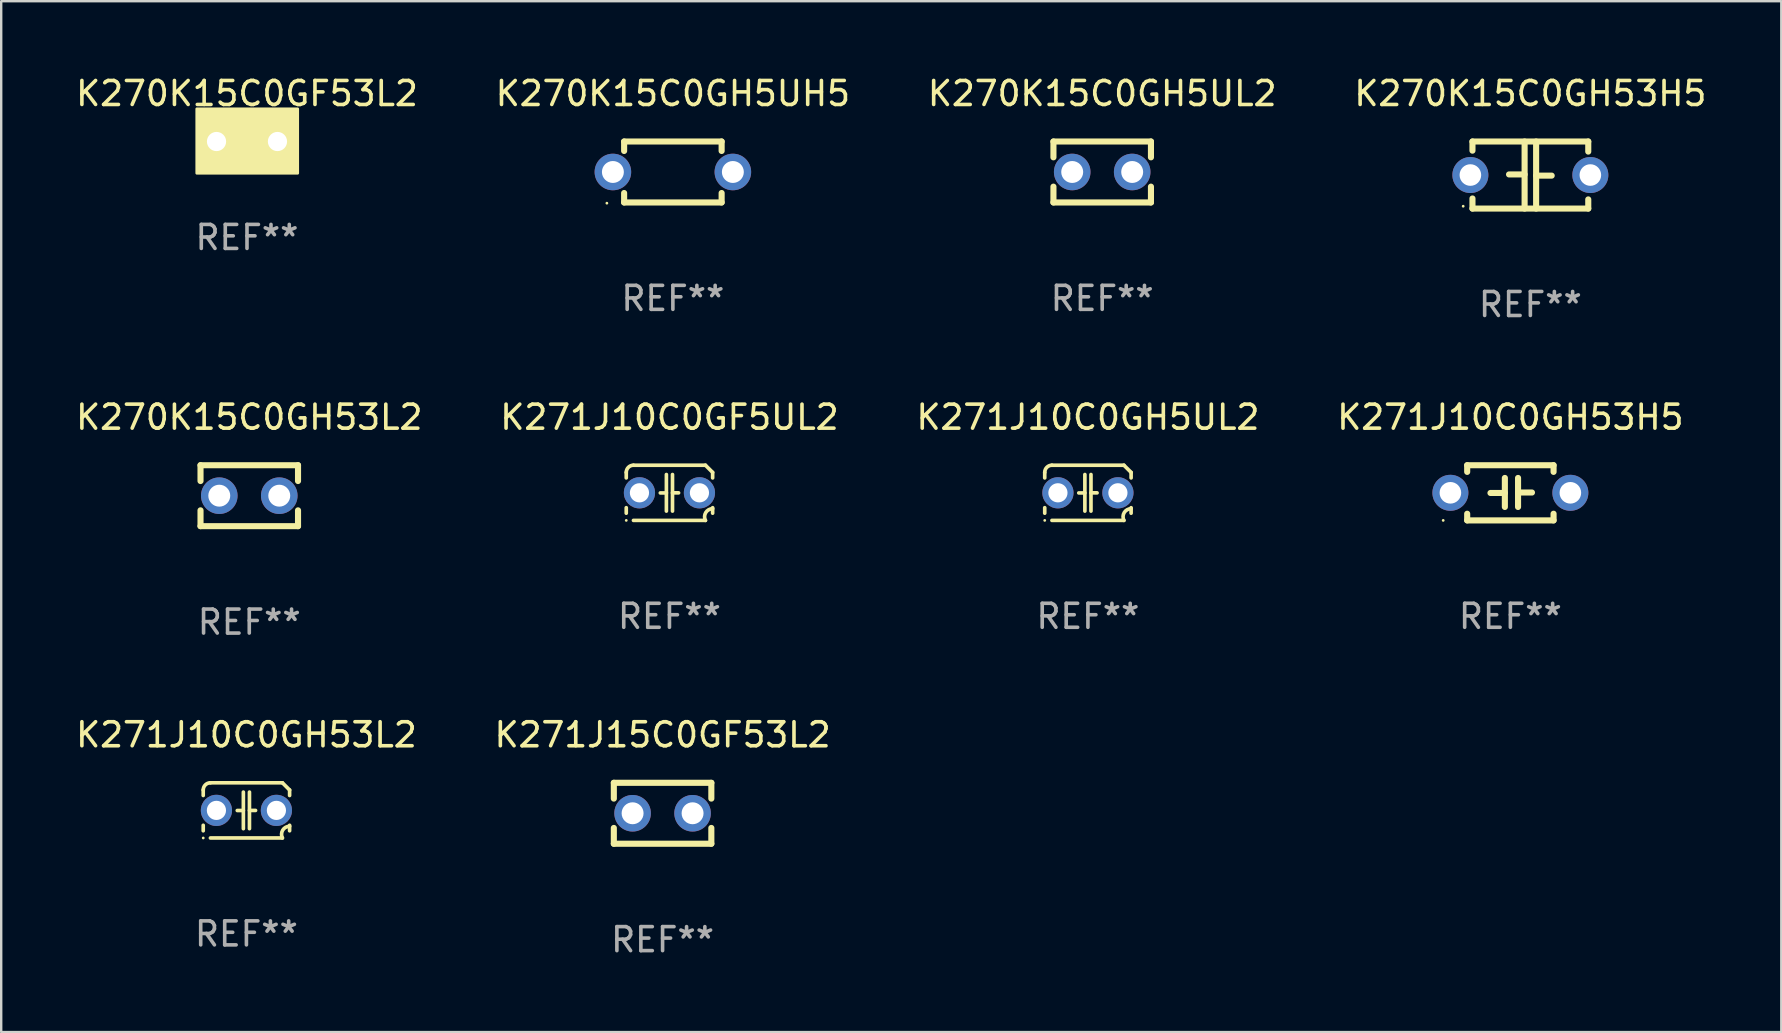
<source format=kicad_pcb>
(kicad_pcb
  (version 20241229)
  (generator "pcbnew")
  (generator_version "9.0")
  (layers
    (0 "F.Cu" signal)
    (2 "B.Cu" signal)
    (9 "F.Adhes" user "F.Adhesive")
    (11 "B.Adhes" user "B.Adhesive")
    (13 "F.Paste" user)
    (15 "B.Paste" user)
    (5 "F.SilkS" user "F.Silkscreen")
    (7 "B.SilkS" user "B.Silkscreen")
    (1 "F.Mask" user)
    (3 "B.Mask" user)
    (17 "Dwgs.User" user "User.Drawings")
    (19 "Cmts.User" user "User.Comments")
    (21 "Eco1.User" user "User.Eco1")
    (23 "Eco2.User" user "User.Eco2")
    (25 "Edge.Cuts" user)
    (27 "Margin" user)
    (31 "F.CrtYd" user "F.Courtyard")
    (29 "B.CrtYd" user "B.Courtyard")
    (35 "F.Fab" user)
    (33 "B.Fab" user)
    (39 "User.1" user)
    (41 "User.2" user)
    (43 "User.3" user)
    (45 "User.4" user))
  (footprint "K270K15C0GH53H5"
    (layer "F.Cu")
    (at 60.732 4.245)
    (property "Reference" "K270K15C0GH53H5" (at 0 -3.397 0) (layer "F.SilkS") (effects (font (size 1 1) (thickness 0.15))))
    (attr through_hole)
    (fp_line (start -2.413 -1.397) (end 2.413 -1.397) (stroke (width 0.254) (type solid)) (layer "F.SilkS"))
    (fp_line (start -2.413 -1.016) (end -2.413 -1.397) (stroke (width 0.254) (type solid)) (layer "F.SilkS"))
    (fp_line (start -2.413 0.977) (end -2.413 1.397) (stroke (width 0.254) (type solid)) (layer "F.SilkS"))
    (fp_line (start -0.24 -0.025) (end -0.889 -0.025) (stroke (width 0.254) (type solid)) (layer "F.SilkS"))
    (fp_line (start -0.24 1.397) (end -0.24 -1.397) (stroke (width 0.254) (type solid)) (layer "F.SilkS"))
    (fp_line (start 0.24 -1.397) (end 0.24 1.397) (stroke (width 0.254) (type solid)) (layer "F.SilkS"))
    (fp_line (start 0.24 0.025) (end 0.889 0.025) (stroke (width 0.254) (type solid)) (layer "F.SilkS"))
    (fp_line (start 2.413 -0.977) (end 2.413 -1.397) (stroke (width 0.254) (type solid)) (layer "F.SilkS"))
    (fp_line (start 2.413 1.016) (end 2.413 1.397) (stroke (width 0.254) (type solid)) (layer "F.SilkS"))
    (fp_line (start 2.413 1.397) (end -2.413 1.397) (stroke (width 0.254) (type solid)) (layer "F.SilkS"))
    (fp_circle (center -2.8 1.3) (end -2.77 1.3) (stroke (width 0.06) (type solid)) (fill no) (layer "F.SilkS"))
    (fp_text user "REF**" (at 0 5.397 0) (layer "F.Fab") (effects (font (size 1 1) (thickness 0.15))))
    (pad "1" thru_hole circle (at -2.5 0) (size 1.5 1.5) (drill 0.9) (layers "*.Cu" "*.Mask"))
    (pad "2" thru_hole circle (at 2.5 0) (size 1.5 1.5) (drill 0.9) (layers "*.Cu" "*.Mask")))
  (footprint "K271J10C0GH53L2"
    (layer "F.Cu")
    (at 7.22 30.725)
    (property "Reference" "K271J10C0GH53L2" (at 0 -3.15 0) (layer "F.SilkS") (effects (font (size 1 1) (thickness 0.15))))
    (attr through_hole)
    (fp_line (start -1.8 -0.621) (end -1.8 -0.85) (stroke (width 0.152) (type solid)) (layer "F.SilkS"))
    (fp_line (start -1.8 0.85) (end -1.8 0.621) (stroke (width 0.152) (type solid)) (layer "F.SilkS"))
    (fp_line (start -1.5 -1.15) (end 1.5 -1.15) (stroke (width 0.152) (type solid)) (layer "F.SilkS"))
    (fp_line (start -0.127 -0.762) (end -0.127 0.762) (stroke (width 0.152) (type solid)) (layer "F.SilkS"))
    (fp_line (start -0.127 0.005) (end -0.381 0.005) (stroke (width 0.152) (type solid)) (layer "F.SilkS"))
    (fp_line (start 0.127 -0.762) (end 0.127 0.762) (stroke (width 0.152) (type solid)) (layer "F.SilkS"))
    (fp_line (start 0.127 0.002) (end 0.381 0.002) (stroke (width 0.152) (type solid)) (layer "F.SilkS"))
    (fp_line (start 1.5 1.15) (end -1.5 1.15) (stroke (width 0.152) (type solid)) (layer "F.SilkS"))
    (fp_line (start 1.8 -0.85) (end 1.8 -0.621) (stroke (width 0.152) (type solid)) (layer "F.SilkS"))
    (fp_line (start 1.8 0.621) (end 1.8 0.85) (stroke (width 0.152) (type solid)) (layer "F.SilkS"))
    (fp_arc (start -1.799975 -0.849987) (mid -1.712107 -1.062119) (end -1.499975 -1.149987) (stroke (width 0.151994) (type solid)) (layer "F.SilkS"))
    (fp_arc (start 1.499975 1.149987) (mid 1.513726 0.822359) (end 1.799975 0.662387) (stroke (width 0.151994) (type solid)) (layer "F.SilkS"))
    (fp_arc (start 1.500001 -1.149986) (mid 1.650015 -1.000001) (end 1.8 -0.849987) (stroke (width 0.151994) (type solid)) (layer "F.SilkS"))
    (fp_circle (center -1.8 1.15) (end -1.77 1.15) (stroke (width 0.06) (type solid)) (fill no) (layer "F.SilkS"))
    (fp_text user "REF**" (at 0 5.15 0) (layer "F.Fab") (effects (font (size 1 1) (thickness 0.15))))
    (pad "1" thru_hole circle (at -1.25 0) (size 1.3 1.3) (drill 0.8) (layers "*.Cu" "*.Mask"))
    (pad "2" thru_hole circle (at 1.25 0) (size 1.3 1.3) (drill 0.8) (layers "*.Cu" "*.Mask")))
  (footprint "K271J15C0GF53L2"
    (layer "F.Cu")
    (at 24.565 30.845)
    (property "Reference" "K271J15C0GF53L2" (at 0 -3.27 0) (layer "F.SilkS") (effects (font (size 1 1) (thickness 0.15))))
    (attr through_hole)
    (fp_line (start -2.032 -1.27) (end -2.032 -0.611) (stroke (width 0.254) (type solid)) (layer "F.SilkS"))
    (fp_line (start -2.032 0.611) (end -2.032 1.27) (stroke (width 0.254) (type solid)) (layer "F.SilkS"))
    (fp_line (start -2.032 1.27) (end 2.032 1.27) (stroke (width 0.254) (type solid)) (layer "F.SilkS"))
    (fp_line (start 2.032 -1.27) (end -2.032 -1.27) (stroke (width 0.254) (type solid)) (layer "F.SilkS"))
    (fp_line (start 2.032 -0.611) (end 2.032 -1.27) (stroke (width 0.254) (type solid)) (layer "F.SilkS"))
    (fp_line (start 2.032 1.27) (end 2.032 0.611) (stroke (width 0.254) (type solid)) (layer "F.SilkS"))
    (fp_circle (center -2 1.3) (end -1.97 1.3) (stroke (width 0.06) (type solid)) (fill no) (layer "F.SilkS"))
    (fp_text user "REF**" (at 0 5.27 0) (layer "F.Fab") (effects (font (size 1 1) (thickness 0.15))))
    (pad "1" thru_hole circle (at -1.25 0) (size 1.524 1.524) (drill 0.914) (layers "*.Cu" "*.Mask"))
    (pad "2" thru_hole circle (at 1.25 0) (size 1.524 1.524) (drill 0.914) (layers "*.Cu" "*.Mask")))
  (footprint "K271J10C0GH5UL2"
    (layer "F.Cu")
    (at 42.292 17.489)
    (property "Reference" "K271J10C0GH5UL2" (at 0 -3.15 0) (layer "F.SilkS") (effects (font (size 1 1) (thickness 0.15))))
    (attr through_hole)
    (fp_line (start -1.8 -0.621) (end -1.8 -0.85) (stroke (width 0.152) (type solid)) (layer "F.SilkS"))
    (fp_line (start -1.8 0.85) (end -1.8 0.621) (stroke (width 0.152) (type solid)) (layer "F.SilkS"))
    (fp_line (start -1.5 -1.15) (end 1.5 -1.15) (stroke (width 0.152) (type solid)) (layer "F.SilkS"))
    (fp_line (start -0.127 -0.762) (end -0.127 0.762) (stroke (width 0.152) (type solid)) (layer "F.SilkS"))
    (fp_line (start -0.127 0.005) (end -0.381 0.005) (stroke (width 0.152) (type solid)) (layer "F.SilkS"))
    (fp_line (start 0.127 -0.762) (end 0.127 0.762) (stroke (width 0.152) (type solid)) (layer "F.SilkS"))
    (fp_line (start 0.127 0.002) (end 0.381 0.002) (stroke (width 0.152) (type solid)) (layer "F.SilkS"))
    (fp_line (start 1.5 1.15) (end -1.5 1.15) (stroke (width 0.152) (type solid)) (layer "F.SilkS"))
    (fp_line (start 1.8 -0.85) (end 1.8 -0.621) (stroke (width 0.152) (type solid)) (layer "F.SilkS"))
    (fp_line (start 1.8 0.621) (end 1.8 0.85) (stroke (width 0.152) (type solid)) (layer "F.SilkS"))
    (fp_arc (start -1.799975 -0.849987) (mid -1.712107 -1.062119) (end -1.499975 -1.149987) (stroke (width 0.151994) (type solid)) (layer "F.SilkS"))
    (fp_arc (start 1.499975 1.149987) (mid 1.513726 0.822359) (end 1.799975 0.662387) (stroke (width 0.151994) (type solid)) (layer "F.SilkS"))
    (fp_arc (start 1.500001 -1.149986) (mid 1.650015 -1.000001) (end 1.8 -0.849987) (stroke (width 0.151994) (type solid)) (layer "F.SilkS"))
    (fp_circle (center -1.8 1.15) (end -1.77 1.15) (stroke (width 0.06) (type solid)) (fill no) (layer "F.SilkS"))
    (fp_text user "REF**" (at 0 5.15 0) (layer "F.Fab") (effects (font (size 1 1) (thickness 0.15))))
    (pad "1" thru_hole circle (at -1.25 0) (size 1.3 1.3) (drill 0.8) (layers "*.Cu" "*.Mask"))
    (pad "2" thru_hole circle (at 1.25 0) (size 1.3 1.3) (drill 0.8) (layers "*.Cu" "*.Mask")))
  (footprint "K271J10C0GF5UL2"
    (layer "F.Cu")
    (at 24.851 17.489)
    (property "Reference" "K271J10C0GF5UL2" (at 0 -3.15 0) (layer "F.SilkS") (effects (font (size 1 1) (thickness 0.15))))
    (attr through_hole)
    (fp_line (start -1.8 -0.621) (end -1.8 -0.85) (stroke (width 0.152) (type solid)) (layer "F.SilkS"))
    (fp_line (start -1.8 0.85) (end -1.8 0.621) (stroke (width 0.152) (type solid)) (layer "F.SilkS"))
    (fp_line (start -1.5 -1.15) (end 1.5 -1.15) (stroke (width 0.152) (type solid)) (layer "F.SilkS"))
    (fp_line (start -0.127 -0.762) (end -0.127 0.762) (stroke (width 0.152) (type solid)) (layer "F.SilkS"))
    (fp_line (start -0.127 0.005) (end -0.381 0.005) (stroke (width 0.152) (type solid)) (layer "F.SilkS"))
    (fp_line (start 0.127 -0.762) (end 0.127 0.762) (stroke (width 0.152) (type solid)) (layer "F.SilkS"))
    (fp_line (start 0.127 0.002) (end 0.381 0.002) (stroke (width 0.152) (type solid)) (layer "F.SilkS"))
    (fp_line (start 1.5 1.15) (end -1.5 1.15) (stroke (width 0.152) (type solid)) (layer "F.SilkS"))
    (fp_line (start 1.8 -0.85) (end 1.8 -0.621) (stroke (width 0.152) (type solid)) (layer "F.SilkS"))
    (fp_line (start 1.8 0.621) (end 1.8 0.85) (stroke (width 0.152) (type solid)) (layer "F.SilkS"))
    (fp_arc (start -1.799975 -0.849987) (mid -1.712107 -1.062119) (end -1.499975 -1.149987) (stroke (width 0.151994) (type solid)) (layer "F.SilkS"))
    (fp_arc (start 1.499975 1.149987) (mid 1.513726 0.822359) (end 1.799975 0.662387) (stroke (width 0.151994) (type solid)) (layer "F.SilkS"))
    (fp_arc (start 1.500001 -1.149986) (mid 1.650015 -1.000001) (end 1.8 -0.849987) (stroke (width 0.151994) (type solid)) (layer "F.SilkS"))
    (fp_circle (center -1.8 1.15) (end -1.77 1.15) (stroke (width 0.06) (type solid)) (fill no) (layer "F.SilkS"))
    (fp_text user "REF**" (at 0 5.15 0) (layer "F.Fab") (effects (font (size 1 1) (thickness 0.15))))
    (pad "1" thru_hole circle (at -1.25 0) (size 1.3 1.3) (drill 0.8) (layers "*.Cu" "*.Mask"))
    (pad "2" thru_hole circle (at 1.25 0) (size 1.3 1.3) (drill 0.8) (layers "*.Cu" "*.Mask")))
  (footprint "K270K15C0GH5UL2"
    (layer "F.Cu")
    (at 42.887 4.118)
    (property "Reference" "K270K15C0GH5UL2" (at 0 -3.27 0) (layer "F.SilkS") (effects (font (size 1 1) (thickness 0.15))))
    (attr through_hole)
    (fp_line (start -2.032 -1.27) (end -2.032 -0.611) (stroke (width 0.254) (type solid)) (layer "F.SilkS"))
    (fp_line (start -2.032 0.611) (end -2.032 1.27) (stroke (width 0.254) (type solid)) (layer "F.SilkS"))
    (fp_line (start -2.032 1.27) (end 2.032 1.27) (stroke (width 0.254) (type solid)) (layer "F.SilkS"))
    (fp_line (start 2.032 -1.27) (end -2.032 -1.27) (stroke (width 0.254) (type solid)) (layer "F.SilkS"))
    (fp_line (start 2.032 -0.611) (end 2.032 -1.27) (stroke (width 0.254) (type solid)) (layer "F.SilkS"))
    (fp_line (start 2.032 1.27) (end 2.032 0.611) (stroke (width 0.254) (type solid)) (layer "F.SilkS"))
    (fp_circle (center -2 1.3) (end -1.97 1.3) (stroke (width 0.06) (type solid)) (fill no) (layer "F.SilkS"))
    (fp_text user "REF**" (at 0 5.27 0) (layer "F.Fab") (effects (font (size 1 1) (thickness 0.15))))
    (pad "1" thru_hole circle (at -1.25 0) (size 1.524 1.524) (drill 0.914) (layers "*.Cu" "*.Mask"))
    (pad "2" thru_hole circle (at 1.25 0) (size 1.524 1.524) (drill 0.914) (layers "*.Cu" "*.Mask")))
  (footprint "K270K15C0GH5UH5"
    (layer "F.Cu")
    (at 24.994 4.118)
    (property "Reference" "K270K15C0GH5UH5" (at 0 -3.27 0) (layer "F.SilkS") (effects (font (size 1 1) (thickness 0.15))))
    (attr through_hole)
    (fp_line (start -2.032 -1.27) (end -2.032 -0.876) (stroke (width 0.254) (type solid)) (layer "F.SilkS"))
    (fp_line (start -2.032 0.876) (end -2.032 1.27) (stroke (width 0.254) (type solid)) (layer "F.SilkS"))
    (fp_line (start -2.032 1.27) (end 2.032 1.27) (stroke (width 0.254) (type solid)) (layer "F.SilkS"))
    (fp_line (start 2.032 -1.27) (end -2.032 -1.27) (stroke (width 0.254) (type solid)) (layer "F.SilkS"))
    (fp_line (start 2.032 -0.876) (end 2.032 -1.27) (stroke (width 0.254) (type solid)) (layer "F.SilkS"))
    (fp_line (start 2.032 1.27) (end 2.032 0.876) (stroke (width 0.254) (type solid)) (layer "F.SilkS"))
    (fp_circle (center -2.751 1.3) (end -2.721 1.3) (stroke (width 0.06) (type solid)) (fill no) (layer "F.SilkS"))
    (fp_text user "REF**" (at 0 5.27 0) (layer "F.Fab") (effects (font (size 1 1) (thickness 0.15))))
    (pad "1" thru_hole circle (at -2.5 0) (size 1.524 1.524) (drill 0.914) (layers "*.Cu" "*.Mask"))
    (pad "2" thru_hole circle (at 2.5 0) (size 1.524 1.524) (drill 0.914) (layers "*.Cu" "*.Mask")))
  (footprint "K271J10C0GH53H5"
    (layer "F.Cu")
    (at 59.899 17.489)
    (property "Reference" "K271J10C0GH53H5" (at 0 -3.15 0) (layer "F.SilkS") (effects (font (size 1 1) (thickness 0.15))))
    (attr through_hole)
    (fp_line (start -1.8 -1.15) (end -1.8 -0.872) (stroke (width 0.254) (type solid)) (layer "F.SilkS"))
    (fp_line (start -1.8 -1.15) (end 1.8 -1.15) (stroke (width 0.254) (type solid)) (layer "F.SilkS"))
    (fp_line (start -1.8 0.872) (end -1.8 1.15) (stroke (width 0.254) (type solid)) (layer "F.SilkS"))
    (fp_line (start -1.8 1.15) (end 1.8 1.15) (stroke (width 0.254) (type solid)) (layer "F.SilkS"))
    (fp_line (start -0.23 -0.62) (end -0.23 0.59) (stroke (width 0.254) (type solid)) (layer "F.SilkS"))
    (fp_line (start -0.23 0.007) (end -0.83 0.007) (stroke (width 0.254) (type solid)) (layer "F.SilkS"))
    (fp_line (start 0.32 -0.62) (end 0.32 0.59) (stroke (width 0.254) (type solid)) (layer "F.SilkS"))
    (fp_line (start 0.32 -0.012) (end 0.9 -0.012) (stroke (width 0.254) (type solid)) (layer "F.SilkS"))
    (fp_line (start 1.8 -1.15) (end 1.8 -0.872) (stroke (width 0.254) (type solid)) (layer "F.SilkS"))
    (fp_line (start 1.8 0.872) (end 1.8 1.15) (stroke (width 0.254) (type solid)) (layer "F.SilkS"))
    (fp_circle (center -2.8 1.15) (end -2.77 1.15) (stroke (width 0.06) (type solid)) (fill no) (layer "F.SilkS"))
    (fp_text user "REF**" (at 0 5.15 0) (layer "F.Fab") (effects (font (size 1 1) (thickness 0.15))))
    (pad "1" thru_hole circle (at -2.5 0) (size 1.5 1.5) (drill 0.9) (layers "*.Cu" "*.Mask"))
    (pad "2" thru_hole circle (at 2.5 0) (size 1.5 1.5) (drill 0.9) (layers "*.Cu" "*.Mask")))
  (footprint "K270K15C0GF53L2"
    (layer "F.Cu")
    (at 7.244 2.848)
    (property "Reference" "K270K15C0GF53L2" (at 0 -2 0) (layer "F.SilkS") (effects (font (size 1 1) (thickness 0.15))))
    (attr through_hole)
    (fp_circle (center -2 1.3) (end -1.97 1.3) (stroke (width 0.06) (type solid)) (fill no) (layer "F.SilkS"))
    (fp_poly (pts (xy -2.09 -1.36) (xy 2.11 -1.36) (xy 2.11 1.32) (xy -2.09 1.32)) (stroke (width 0.12) (type solid)) (fill yes) (layer "F.SilkS"))
    (fp_text user "REF**" (at 0 4 0) (layer "F.Fab") (effects (font (size 1 1) (thickness 0.15))))
    (pad "1" thru_hole circle (at -1.27 0) (size 1.4 1.4) (drill 0.8) (layers "*.Cu" "*.Mask"))
    (pad "2" thru_hole circle (at 1.27 0) (size 1.4 1.4) (drill 0.8) (layers "*.Cu" "*.Mask")))
  (footprint "K270K15C0GH53L2"
    (layer "F.Cu")
    (at 7.339 17.609)
    (property "Reference" "K270K15C0GH53L2" (at 0 -3.27 0) (layer "F.SilkS") (effects (font (size 1 1) (thickness 0.15))))
    (attr through_hole)
    (fp_line (start -2.032 -1.27) (end -2.032 -0.611) (stroke (width 0.254) (type solid)) (layer "F.SilkS"))
    (fp_line (start -2.032 0.611) (end -2.032 1.27) (stroke (width 0.254) (type solid)) (layer "F.SilkS"))
    (fp_line (start -2.032 1.27) (end 2.032 1.27) (stroke (width 0.254) (type solid)) (layer "F.SilkS"))
    (fp_line (start 2.032 -1.27) (end -2.032 -1.27) (stroke (width 0.254) (type solid)) (layer "F.SilkS"))
    (fp_line (start 2.032 -0.611) (end 2.032 -1.27) (stroke (width 0.254) (type solid)) (layer "F.SilkS"))
    (fp_line (start 2.032 1.27) (end 2.032 0.611) (stroke (width 0.254) (type solid)) (layer "F.SilkS"))
    (fp_circle (center -2 1.3) (end -1.97 1.3) (stroke (width 0.06) (type solid)) (fill no) (layer "F.SilkS"))
    (fp_text user "REF**" (at 0 5.27 0) (layer "F.Fab") (effects (font (size 1 1) (thickness 0.15))))
    (pad "1" thru_hole circle (at -1.25 0) (size 1.524 1.524) (drill 0.914) (layers "*.Cu" "*.Mask"))
    (pad "2" thru_hole circle (at 1.25 0) (size 1.524 1.524) (drill 0.914) (layers "*.Cu" "*.Mask")))
  (gr_rect
    (start -3 -3)
    (end 71.19 39.964)
    (stroke (width 0.1) (type default))
    (fill no)
    (layer "Edge.Cuts")))
</source>
